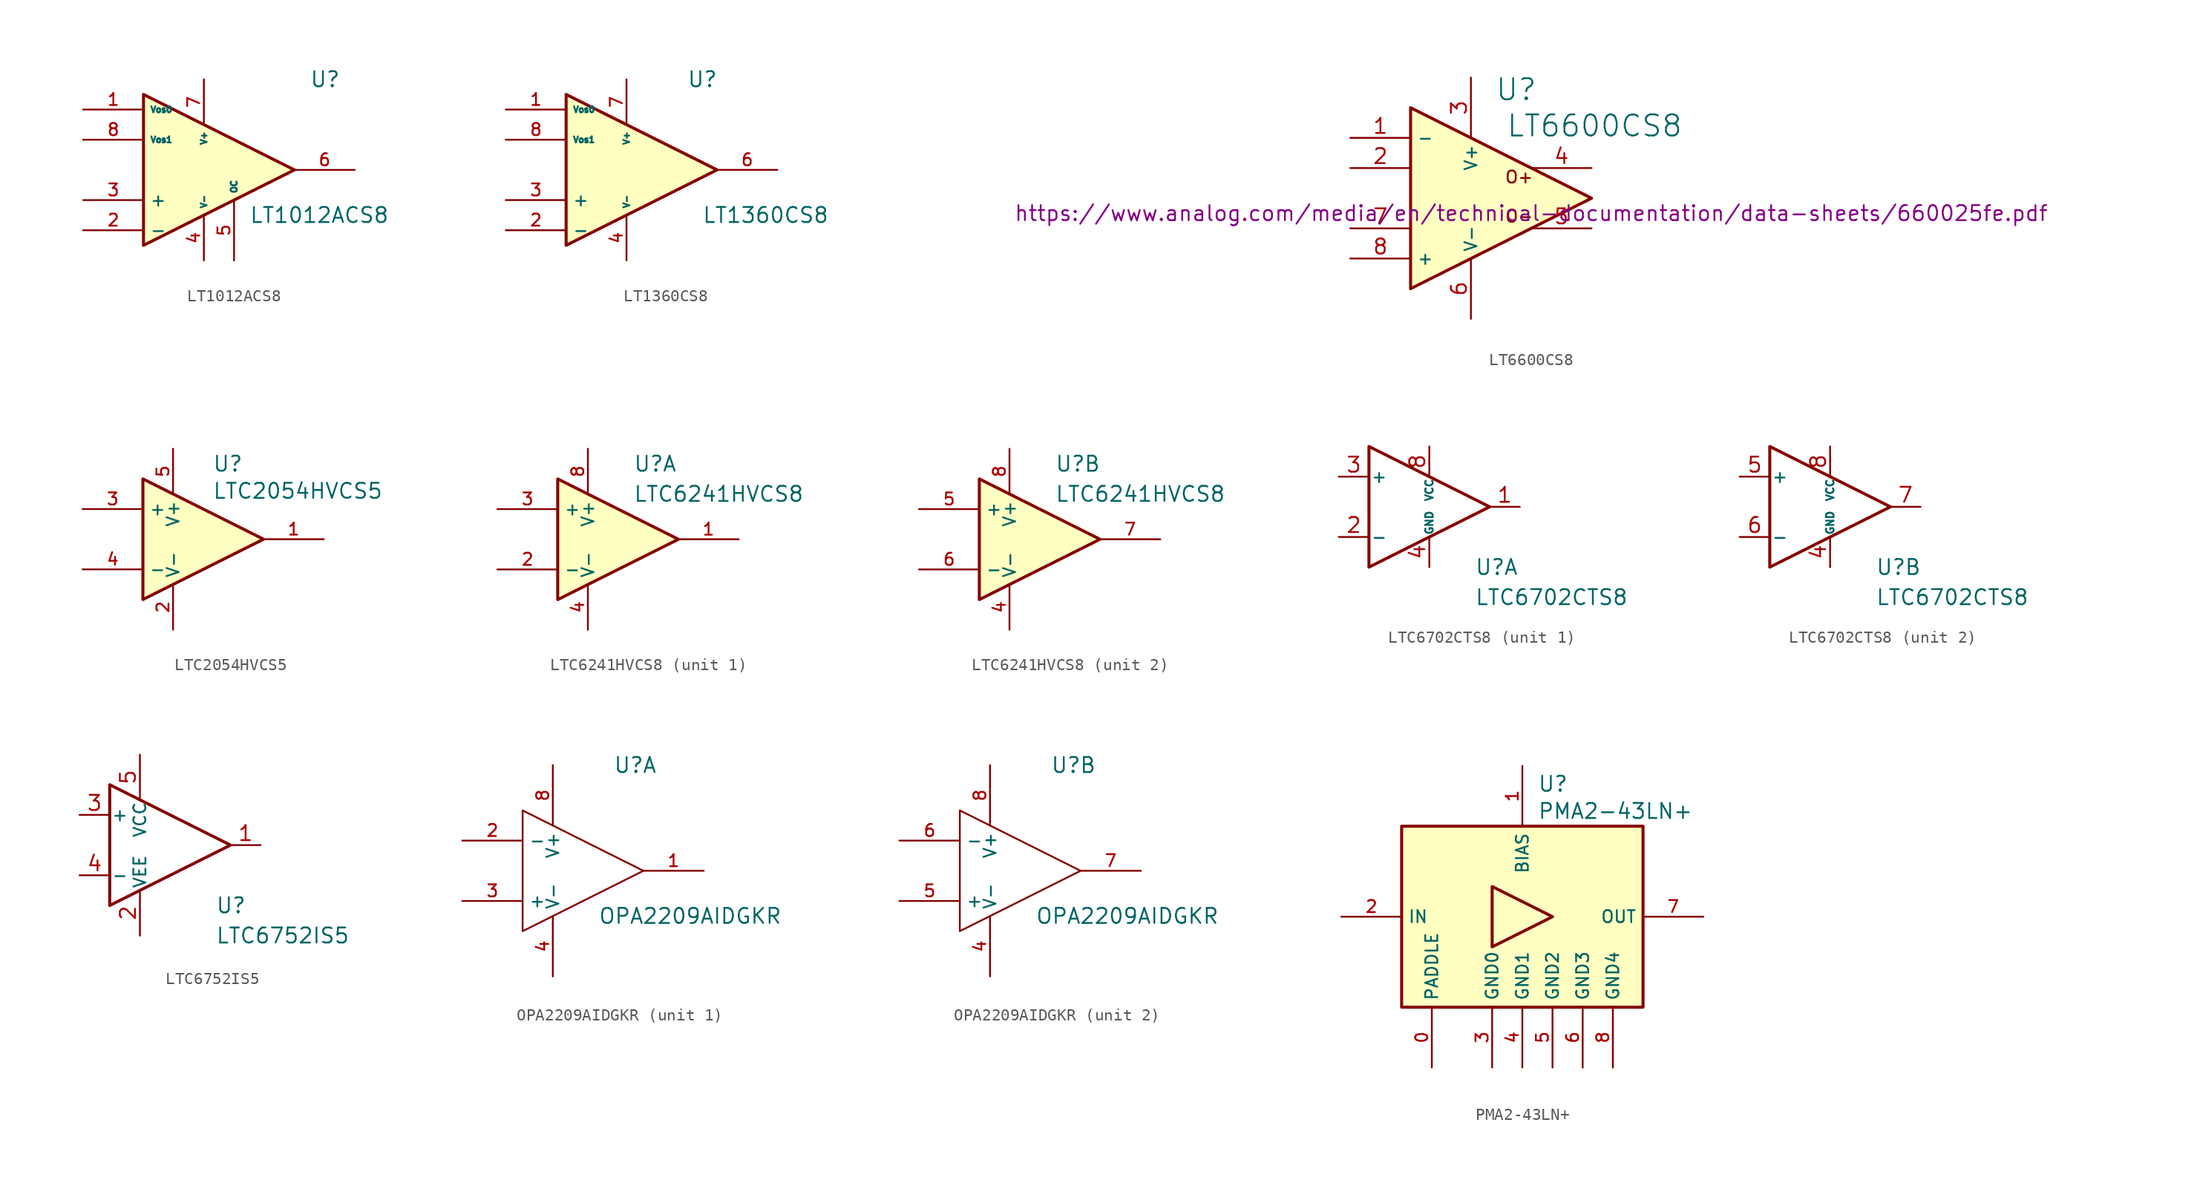
<source format=kicad_sym>
(kicad_symbol_lib
  (version 20231120)
  (generator "kicad_symbol_editor")
  (generator_version "8.0")
  (symbol "LT1012ACS8"
    (property "Reference" "U"
      (at 8.89 7.62 0)
      (effects (font (size 1.27 1.27)) (justify left)))
    (property "Value" "LT1012ACS8"
      (at 3.81 -3.81 0)
      (effects (font (size 1.27 1.27)) (justify left)))
    (symbol "LT1012ACS8_1_1"
      (polyline (pts (xy -5.08 6.35) (xy 7.62 0) (xy -5.08 -6.35) (xy -5.08 6.35)) (stroke (width 0.254) (type default)) (fill (type background)))
      (pin input line (at -10.16 5.08 0) (length 5.08) (name "Vos0" (effects (font (size 0.508 0.508)))) (number "1" (effects (font (size 1.016 1.016)))))
      (pin input line (at -10.16 -5.08 0) (length 5.08) (name "-" (effects (font (size 1.016 1.016)))) (number "2" (effects (font (size 1.016 1.016)))))
      (pin input line (at -10.16 -2.54 0) (length 5.08) (name "+" (effects (font (size 1.016 1.016)))) (number "3" (effects (font (size 1.016 1.016)))))
      (pin power_in line (at 0 -7.62 90) (length 3.81) (name "V-" (effects (font (size 0.508 0.508)))) (number "4" (effects (font (size 1.016 1.016)))))
      (pin input line (at 2.54 -7.62 90) (length 5.08) (name "OC" (effects (font (size 0.508 0.508)))) (number "5" (effects (font (size 1.016 1.016)))))
      (pin output line (at 12.7 0 180) (length 5.08) (name "~" (effects (font (size 1.016 1.016)))) (number "6" (effects (font (size 1.016 1.016)))))
      (pin power_in line (at 0 7.62 270) (length 3.81) (name "V+" (effects (font (size 0.508 0.508)))) (number "7" (effects (font (size 1.016 1.016)))))
      (pin input line (at -10.16 2.54 0) (length 5.08) (name "Vos1" (effects (font (size 0.508 0.508)))) (number "8" (effects (font (size 1.016 1.016)))))))
  (symbol "LT1360CS8"
    (property "Reference" "U"
      (at 2.54 7.62 0)
      (effects (font (size 1.27 1.27)) (justify left)))
    (property "Value" "LT1360CS8"
      (at 3.81 -3.81 0)
      (effects (font (size 1.27 1.27)) (justify left)))
    (symbol "LT1360CS8_1_1"
      (polyline (pts (xy -7.62 6.35) (xy 5.08 0) (xy -7.62 -6.35) (xy -7.62 6.35)) (stroke (width 0.254) (type default)) (fill (type background)))
      (pin input line (at -12.7 5.08 0) (length 5.08) (name "Vos0" (effects (font (size 0.508 0.508)))) (number "1" (effects (font (size 1.016 1.016)))))
      (pin input line (at -12.7 -5.08 0) (length 5.08) (name "-" (effects (font (size 1.016 1.016)))) (number "2" (effects (font (size 1.016 1.016)))))
      (pin input line (at -12.7 -2.54 0) (length 5.08) (name "+" (effects (font (size 1.016 1.016)))) (number "3" (effects (font (size 1.016 1.016)))))
      (pin power_in line (at -2.54 -7.62 90) (length 3.81) (name "V-" (effects (font (size 0.508 0.508)))) (number "4" (effects (font (size 1.016 1.016)))))
      (pin no_connect line (at 0 -2.54 90) (length 2.54) hide (name "NC" (effects (font (size 0.508 0.508)))) (number "5" (effects (font (size 1.016 1.016)))))
      (pin output line (at 10.16 0 180) (length 5.08) (name "~" (effects (font (size 1.016 1.016)))) (number "6" (effects (font (size 1.016 1.016)))))
      (pin power_in line (at -2.54 7.62 270) (length 3.81) (name "V+" (effects (font (size 0.508 0.508)))) (number "7" (effects (font (size 1.016 1.016)))))
      (pin input line (at -12.7 2.54 0) (length 5.08) (name "Vos1" (effects (font (size 0.508 0.508)))) (number "8" (effects (font (size 1.016 1.016)))))))
  (symbol "LT6600CS8"
    (property "Reference" "U"
      (at 1.27 9.144 0)
      (effects (font (size 1.778 1.778))))
    (property "Value" "LT6600CS8"
      (at 7.874 6.096 0)
      (effects (font (size 1.778 1.778))))
    (property "Datasheet" "https://www.analog.com/media/en/technical-documentation/data-sheets/660025fe.pdf"
      (at 2.54 -1.27 0)
      (effects (font (size 1.27 1.27))))
    (symbol "LT6600CS8_0_0"
      (text "O+" (at 1.524 1.778 0) (effects (font (size 1.016 1.016))))
      (text "O-" (at 1.524 -1.524 0) (effects (font (size 1.016 1.016)))))
    (symbol "LT6600CS8_0_1"
      (polyline (pts (xy -7.62 7.62) (xy -7.62 -7.62) (xy 7.62 0) (xy -7.62 7.62)) (stroke (width 0.254) (type default)) (fill (type background))))
    (symbol "LT6600CS8_1_1"
      (pin input line (at -12.7 5.08 0) (length 5.08) (name "-" (effects (font (size 1.016 1.016)))) (number "1" (effects (font (size 1.27 1.27)))))
      (pin input line (at -12.7 2.54 0) (length 5.08) (name "~" (effects (font (size 1.016 1.016)))) (number "2" (effects (font (size 1.27 1.27)))))
      (pin power_in line (at -2.54 10.16 270) (length 5.08) (name "V+" (effects (font (size 1.016 1.016)))) (number "3" (effects (font (size 1.27 1.27)))))
      (pin output line (at 7.62 2.54 180) (length 5.08) (name "~" (effects (font (size 1.016 1.016)))) (number "4" (effects (font (size 1.27 1.27)))))
      (pin output line (at 7.62 -2.54 180) (length 5.08) (name "~" (effects (font (size 1.016 1.016)))) (number "5" (effects (font (size 1.27 1.27)))))
      (pin power_in line (at -2.54 -10.16 90) (length 5.08) (name "V-" (effects (font (size 1.016 1.016)))) (number "6" (effects (font (size 1.27 1.27)))))
      (pin input line (at -12.7 -2.54 0) (length 5.08) (name "~" (effects (font (size 1.016 1.016)))) (number "7" (effects (font (size 1.27 1.27)))))
      (pin input line (at -12.7 -5.08 0) (length 5.08) (name "+" (effects (font (size 1.016 1.016)))) (number "8" (effects (font (size 1.27 1.27)))))))
  (symbol "LTC2054HVCS5"
    (property "Reference" "U"
      (at 0.762 6.35 0)
      (effects (font (size 1.27 1.27)) (justify left)))
    (property "Value" "LTC2054HVCS5"
      (at 0.762 4.064 0)
      (effects (font (size 1.27 1.27)) (justify left)))
    (symbol "LTC2054HVCS5_1_1"
      (polyline (pts (xy -5.08 5.08) (xy 5.08 0) (xy -5.08 -5.08) (xy -5.08 5.08)) (stroke (width 0.254) (type default)) (fill (type background)))
      (pin output line (at 10.16 0 180) (length 5.08) (name "~" (effects (font (size 1.016 1.016)))) (number "1" (effects (font (size 1.016 1.016)))))
      (pin power_in line (at -2.54 -7.62 90) (length 3.81) (name "V-" (effects (font (size 1.016 1.016)))) (number "2" (effects (font (size 1.016 1.016)))))
      (pin input line (at -10.16 2.54 0) (length 5.08) (name "+" (effects (font (size 1.016 1.016)))) (number "3" (effects (font (size 1.016 1.016)))))
      (pin input line (at -10.16 -2.54 0) (length 5.08) (name "-" (effects (font (size 1.016 1.016)))) (number "4" (effects (font (size 1.016 1.016)))))
      (pin power_in line (at -2.54 7.62 270) (length 3.81) (name "V+" (effects (font (size 1.016 1.016)))) (number "5" (effects (font (size 1.016 1.016)))))))
  (symbol "LTC6241HVCS8"
    (property "Reference" "U"
      (at 1.27 6.35 0)
      (effects (font (size 1.27 1.27)) (justify left)))
    (property "Value" "LTC6241HVCS8"
      (at 1.27 3.81 0)
      (effects (font (size 1.27 1.27)) (justify left)))
    (symbol "LTC6241HVCS8_0_1"
      (polyline (pts (xy -5.08 5.08) (xy 5.08 0) (xy -5.08 -5.08) (xy -5.08 5.08)) (stroke (width 0.254) (type default)) (fill (type background)))
      (pin power_in line (at -2.54 -7.62 90) (length 3.81) (name "V-" (effects (font (size 1.016 1.016)))) (number "4" (effects (font (size 1.016 1.016)))))
      (pin power_in line (at -2.54 7.62 270) (length 3.81) (name "V+" (effects (font (size 1.016 1.016)))) (number "8" (effects (font (size 1.016 1.016))))))
    (symbol "LTC6241HVCS8_1_1"
      (pin output line (at 10.16 0 180) (length 5.08) (name "~" (effects (font (size 1.016 1.016)))) (number "1" (effects (font (size 1.016 1.016)))))
      (pin input line (at -10.16 -2.54 0) (length 5.08) (name "-" (effects (font (size 1.016 1.016)))) (number "2" (effects (font (size 1.016 1.016)))))
      (pin input line (at -10.16 2.54 0) (length 5.08) (name "+" (effects (font (size 1.016 1.016)))) (number "3" (effects (font (size 1.016 1.016))))))
    (symbol "LTC6241HVCS8_2_1"
      (pin input line (at -10.16 2.54 0) (length 5.08) (name "+" (effects (font (size 1.016 1.016)))) (number "5" (effects (font (size 1.016 1.016)))))
      (pin input line (at -10.16 -2.54 0) (length 5.08) (name "-" (effects (font (size 1.016 1.016)))) (number "6" (effects (font (size 1.016 1.016)))))
      (pin output line (at 10.16 0 180) (length 5.08) (name "~" (effects (font (size 1.016 1.016)))) (number "7" (effects (font (size 1.016 1.016)))))))
  (symbol "LTC6702CTS8"
    (pin_names
      (offset 0.127))
    (property "Reference" "U"
      (at 3.81 -5.08 0)
      (effects (font (size 1.27 1.27)) (justify left)))
    (property "Value" "LTC6702CTS8"
      (at 3.81 -7.62 0)
      (effects (font (size 1.27 1.27)) (justify left)))
    (symbol "LTC6702CTS8_0_1"
      (pin power_out line (at 0 -5.08 90) (length 2.54) (name "GND" (effects (font (size 0.635 0.635)))) (number "4" (effects (font (size 1.27 1.27)))))
      (pin power_in line (at 0 5.08 270) (length 2.54) (name "VCC" (effects (font (size 0.635 0.635)))) (number "8" (effects (font (size 1.27 1.27))))))
    (symbol "LTC6702CTS8_1_1"
      (polyline (pts (xy -5.08 5.08) (xy 5.08 0) (xy -5.08 -5.08) (xy -5.08 5.08)) (stroke (width 0.254) (type default)) (fill (type none)))
      (pin output line (at 7.62 0 180) (length 2.54) (name "~" (effects (font (size 1.27 1.27)))) (number "1" (effects (font (size 1.27 1.27)))))
      (pin input line (at -7.62 -2.54 0) (length 2.54) (name "-" (effects (font (size 1.016 1.016)))) (number "2" (effects (font (size 1.27 1.27)))))
      (pin input line (at -7.62 2.54 0) (length 2.54) (name "+" (effects (font (size 1.016 1.016)))) (number "3" (effects (font (size 1.27 1.27))))))
    (symbol "LTC6702CTS8_2_1"
      (polyline (pts (xy -5.08 5.08) (xy 5.08 0) (xy -5.08 -5.08) (xy -5.08 5.08)) (stroke (width 0.254) (type default)) (fill (type none)))
      (pin input line (at -7.62 2.54 0) (length 2.54) (name "+" (effects (font (size 1.016 1.016)))) (number "5" (effects (font (size 1.27 1.27)))))
      (pin input line (at -7.62 -2.54 0) (length 2.54) (name "-" (effects (font (size 1.016 1.016)))) (number "6" (effects (font (size 1.27 1.27)))))
      (pin output line (at 7.62 0 180) (length 2.54) (name "~" (effects (font (size 1.27 1.27)))) (number "7" (effects (font (size 1.27 1.27)))))))
  (symbol "LTC6752IS5"
    (pin_names
      (offset 0.127))
    (property "Reference" "U"
      (at 3.81 -5.08 0)
      (effects (font (size 1.27 1.27)) (justify left)))
    (property "Value" "LTC6752IS5"
      (at 3.81 -7.62 0)
      (effects (font (size 1.27 1.27)) (justify left)))
    (symbol "LTC6752IS5_1_1"
      (polyline (pts (xy -5.08 5.08) (xy 5.08 0) (xy -5.08 -5.08) (xy -5.08 5.08)) (stroke (width 0.254) (type default)) (fill (type none)))
      (pin output line (at 7.62 0 180) (length 2.54) (name "~" (effects (font (size 1.27 1.27)))) (number "1" (effects (font (size 1.27 1.27)))))
      (pin power_in line (at -2.54 -7.62 90) (length 3.81) (name "VEE" (effects (font (size 1.016 1.016)))) (number "2" (effects (font (size 1.27 1.27)))))
      (pin input line (at -7.62 2.54 0) (length 2.54) (name "+" (effects (font (size 1.016 1.016)))) (number "3" (effects (font (size 1.27 1.27)))))
      (pin input line (at -7.62 -2.54 0) (length 2.54) (name "-" (effects (font (size 1.016 1.016)))) (number "4" (effects (font (size 1.27 1.27)))))
      (pin power_in line (at -2.54 7.62 270) (length 3.81) (name "VCC" (effects (font (size 1.016 1.016)))) (number "5" (effects (font (size 1.27 1.27)))))))
  (symbol "OPA2209AIDGKR"
    (property "Reference" "U"
      (at 2.54 8.89 0)
      (effects (font (size 1.27 1.27)) (justify left)))
    (property "Value" "OPA2209AIDGKR"
      (at 1.27 -3.81 0)
      (effects (font (size 1.27 1.27)) (justify left)))
    (symbol "OPA2209AIDGKR_0_1"
      (polyline (pts (xy -5.08 5.08) (xy 5.08 0) (xy -5.08 -5.08) (xy -5.08 5.08)) (stroke (width 0.152) (type default)) (fill (type none)))
      (pin power_in line (at -2.54 -8.89 90) (length 5.08) (name "V-" (effects (font (size 1.016 1.016)))) (number "4" (effects (font (size 1.016 1.016)))))
      (pin power_in line (at -2.54 8.89 270) (length 5.08) (name "V+" (effects (font (size 1.016 1.016)))) (number "8" (effects (font (size 1.016 1.016))))))
    (symbol "OPA2209AIDGKR_1_1"
      (pin output line (at 10.16 0 180) (length 5.08) (name "~" (effects (font (size 1.016 1.016)))) (number "1" (effects (font (size 1.016 1.016)))))
      (pin input line (at -10.16 2.54 0) (length 5.08) (name "-" (effects (font (size 1.016 1.016)))) (number "2" (effects (font (size 1.016 1.016)))))
      (pin input line (at -10.16 -2.54 0) (length 5.08) (name "+" (effects (font (size 1.016 1.016)))) (number "3" (effects (font (size 1.016 1.016))))))
    (symbol "OPA2209AIDGKR_2_1"
      (pin input line (at -10.16 -2.54 0) (length 5.08) (name "+" (effects (font (size 1.016 1.016)))) (number "5" (effects (font (size 1.016 1.016)))))
      (pin input line (at -10.16 2.54 0) (length 5.08) (name "-" (effects (font (size 1.016 1.016)))) (number "6" (effects (font (size 1.016 1.016)))))
      (pin output line (at 10.16 0 180) (length 5.08) (name "~" (effects (font (size 1.016 1.016)))) (number "7" (effects (font (size 1.016 1.016)))))))
  (symbol "PMA2-43LN+"
    (property "Reference" "U"
      (at 1.27 11.176 0)
      (effects (font (size 1.27 1.27)) (justify left)))
    (property "Value" "PMA2-43LN+"
      (at 1.27 8.89 0)
      (effects (font (size 1.27 1.27)) (justify left)))
    (symbol "PMA2-43LN+_0_1"
      (pin power_in line (at -7.62 -12.7 90) (length 5.08) (name "PADDLE" (effects (font (size 1.016 1.016)))) (number "0" (effects (font (size 1.016 1.016)))))
      (pin power_in line (at 0 12.7 270) (length 5.08) (name "BIAS" (effects (font (size 1.016 1.016)))) (number "1" (effects (font (size 1.016 1.016))))))
    (symbol "PMA2-43LN+_1_1"
      (rectangle (start -10.16 7.62) (end 10.16 -7.62) (stroke (width 0.254) (type default)) (fill (type background)))
      (polyline (pts (xy -2.54 2.54) (xy -2.54 -2.54) (xy 2.54 0) (xy -2.54 2.54)) (stroke (width 0.254) (type default)) (fill (type none)))
      (pin input line (at -15.24 0 0) (length 5.08) (name "IN" (effects (font (size 1.016 1.016)))) (number "2" (effects (font (size 1.016 1.016)))))
      (pin power_in line (at -2.54 -12.7 90) (length 5.08) (name "GND0" (effects (font (size 1.016 1.016)))) (number "3" (effects (font (size 1.016 1.016)))))
      (pin power_in line (at 0 -12.7 90) (length 5.08) (name "GND1" (effects (font (size 1.016 1.016)))) (number "4" (effects (font (size 1.016 1.016)))))
      (pin power_in line (at 2.54 -12.7 90) (length 5.08) (name "GND2" (effects (font (size 1.016 1.016)))) (number "5" (effects (font (size 1.016 1.016)))))
      (pin power_in line (at 5.08 -12.7 90) (length 5.08) (name "GND3" (effects (font (size 1.016 1.016)))) (number "6" (effects (font (size 1.016 1.016)))))
      (pin output line (at 15.24 0 180) (length 5.08) (name "OUT" (effects (font (size 1.016 1.016)))) (number "7" (effects (font (size 1.016 1.016)))))
      (pin power_in line (at 7.62 -12.7 90) (length 5.08) (name "GND4" (effects (font (size 1.016 1.016)))) (number "8" (effects (font (size 1.016 1.016))))))))
</source>
